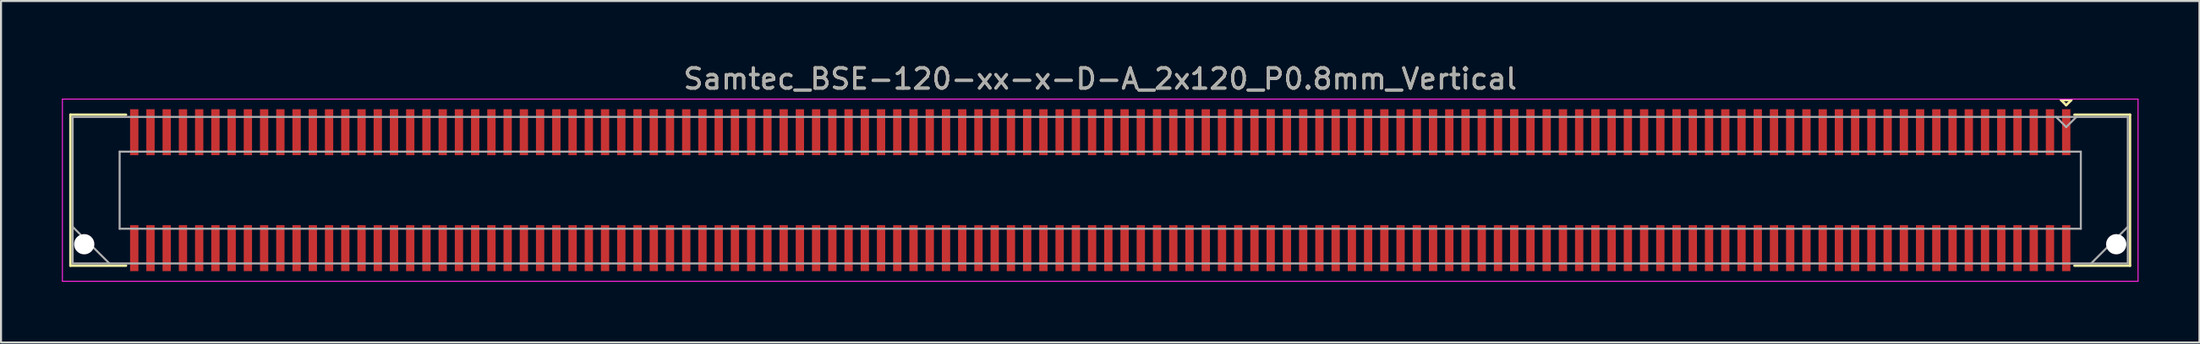
<source format=kicad_pcb>
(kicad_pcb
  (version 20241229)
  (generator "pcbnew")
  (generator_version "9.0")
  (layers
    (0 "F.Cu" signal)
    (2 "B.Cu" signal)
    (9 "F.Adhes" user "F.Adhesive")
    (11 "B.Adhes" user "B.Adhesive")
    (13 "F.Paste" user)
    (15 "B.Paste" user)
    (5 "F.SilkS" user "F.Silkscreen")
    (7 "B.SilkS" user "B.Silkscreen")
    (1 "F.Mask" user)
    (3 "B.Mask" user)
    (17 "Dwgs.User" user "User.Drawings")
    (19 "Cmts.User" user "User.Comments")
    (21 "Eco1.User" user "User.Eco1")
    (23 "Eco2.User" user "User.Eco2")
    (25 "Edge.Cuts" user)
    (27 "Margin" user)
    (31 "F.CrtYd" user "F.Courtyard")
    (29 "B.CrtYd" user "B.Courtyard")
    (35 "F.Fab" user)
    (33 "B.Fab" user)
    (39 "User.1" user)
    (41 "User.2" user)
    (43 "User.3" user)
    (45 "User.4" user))
  (footprint "Samtec_BSE-120-xx-x-D-A_2x120_P0.8mm_Vertical"
    (layer "F.Cu")
    (at 51.165 6.348)
    (property "Reference" "Samtec_BSE-120-xx-x-D-A_2x120_P0.8mm_Vertical" (at 0 -5.5 0) (layer "F.SilkS") (effects (font (size 1 1) (thickness 0.15))))
    (attr smd)
    (fp_line (start -50.745 -3.73) (end -48.005 -3.73) (stroke (width 0.12) (type solid)) (layer "F.SilkS"))
    (fp_line (start -50.745 3.73) (end -50.745 -3.73) (stroke (width 0.12) (type solid)) (layer "F.SilkS"))
    (fp_line (start -48.005 3.73) (end -50.745 3.73) (stroke (width 0.12) (type solid)) (layer "F.SilkS"))
    (fp_line (start 47.35 -4.45) (end 47.85 -4.45) (stroke (width 0.12) (type solid)) (layer "F.SilkS"))
    (fp_line (start 47.6 -4.2) (end 47.35 -4.45) (stroke (width 0.12) (type solid)) (layer "F.SilkS"))
    (fp_line (start 47.85 -4.45) (end 47.6 -4.2) (stroke (width 0.12) (type solid)) (layer "F.SilkS"))
    (fp_line (start 48.005 3.73) (end 50.745 3.73) (stroke (width 0.12) (type solid)) (layer "F.SilkS"))
    (fp_line (start 50.745 -3.73) (end 48.005 -3.73) (stroke (width 0.12) (type solid)) (layer "F.SilkS"))
    (fp_line (start 50.745 3.73) (end 50.745 -3.73) (stroke (width 0.12) (type solid)) (layer "F.SilkS"))
    (fp_line (start -51.14 -4.5) (end -51.14 4.5) (stroke (width 0.05) (type solid)) (layer "F.CrtYd"))
    (fp_line (start -51.14 4.5) (end 51.14 4.5) (stroke (width 0.05) (type solid)) (layer "F.CrtYd"))
    (fp_line (start 51.14 -4.5) (end -51.14 -4.5) (stroke (width 0.05) (type solid)) (layer "F.CrtYd"))
    (fp_line (start 51.14 4.5) (end 51.14 -4.5) (stroke (width 0.05) (type solid)) (layer "F.CrtYd"))
    (fp_line (start -50.635 -3.62) (end -50.635 3.62) (stroke (width 0.1) (type solid)) (layer "F.Fab"))
    (fp_line (start -50.635 1.81) (end -48.825 3.62) (stroke (width 0.1) (type solid)) (layer "F.Fab"))
    (fp_line (start -50.635 3.62) (end 50.635 3.62) (stroke (width 0.1) (type solid)) (layer "F.Fab"))
    (fp_line (start -48.32 -1.905) (end -48.32 1.905) (stroke (width 0.1) (type solid)) (layer "F.Fab"))
    (fp_line (start -48.32 1.905) (end 48.32 1.905) (stroke (width 0.1) (type solid)) (layer "F.Fab"))
    (fp_line (start 47.6 -3.12) (end 47.1 -3.62) (stroke (width 0.1) (type solid)) (layer "F.Fab"))
    (fp_line (start 48.1 -3.62) (end 47.6 -3.12) (stroke (width 0.1) (type solid)) (layer "F.Fab"))
    (fp_line (start 48.32 -1.905) (end -48.32 -1.905) (stroke (width 0.1) (type solid)) (layer "F.Fab"))
    (fp_line (start 48.32 1.905) (end 48.32 -1.905) (stroke (width 0.1) (type solid)) (layer "F.Fab"))
    (fp_line (start 50.635 -3.62) (end -50.635 -3.62) (stroke (width 0.1) (type solid)) (layer "F.Fab"))
    (fp_line (start 50.635 1.81) (end 48.825 3.62) (stroke (width 0.1) (type solid)) (layer "F.Fab"))
    (fp_line (start 50.635 3.62) (end 50.635 -3.62) (stroke (width 0.1) (type solid)) (layer "F.Fab"))
    (fp_text user "${REFERENCE}" (at 0 -5.5 0) (layer "F.Fab") (effects (font (size 1 1) (thickness 0.15))))
    (pad "" np_thru_hole circle (at -50.065 2.67) (size 1 1) (drill 1) (layers "*.Cu" "*.Mask"))
    (pad "" np_thru_hole circle (at 50.065 2.67) (size 1 1) (drill 1) (layers "*.Cu" "*.Mask"))
    (pad "1" smd rect (at 47.6 -2.865) (size 0.41 2.27) (layers "F.Cu" "F.Mask" "F.Paste"))
    (pad "2" smd rect (at 47.6 2.865) (size 0.41 2.27) (layers "F.Cu" "F.Mask" "F.Paste"))
    (pad "3" smd rect (at 46.8 -2.865) (size 0.41 2.27) (layers "F.Cu" "F.Mask" "F.Paste"))
    (pad "4" smd rect (at 46.8 2.865) (size 0.41 2.27) (layers "F.Cu" "F.Mask" "F.Paste"))
    (pad "5" smd rect (at 46 -2.865) (size 0.41 2.27) (layers "F.Cu" "F.Mask" "F.Paste"))
    (pad "6" smd rect (at 46 2.865) (size 0.41 2.27) (layers "F.Cu" "F.Mask" "F.Paste"))
    (pad "7" smd rect (at 45.2 -2.865) (size 0.41 2.27) (layers "F.Cu" "F.Mask" "F.Paste"))
    (pad "8" smd rect (at 45.2 2.865) (size 0.41 2.27) (layers "F.Cu" "F.Mask" "F.Paste"))
    (pad "9" smd rect (at 44.4 -2.865) (size 0.41 2.27) (layers "F.Cu" "F.Mask" "F.Paste"))
    (pad "10" smd rect (at 44.4 2.865) (size 0.41 2.27) (layers "F.Cu" "F.Mask" "F.Paste"))
    (pad "11" smd rect (at 43.6 -2.865) (size 0.41 2.27) (layers "F.Cu" "F.Mask" "F.Paste"))
    (pad "12" smd rect (at 43.6 2.865) (size 0.41 2.27) (layers "F.Cu" "F.Mask" "F.Paste"))
    (pad "13" smd rect (at 42.8 -2.865) (size 0.41 2.27) (layers "F.Cu" "F.Mask" "F.Paste"))
    (pad "14" smd rect (at 42.8 2.865) (size 0.41 2.27) (layers "F.Cu" "F.Mask" "F.Paste"))
    (pad "15" smd rect (at 42 -2.865) (size 0.41 2.27) (layers "F.Cu" "F.Mask" "F.Paste"))
    (pad "16" smd rect (at 42 2.865) (size 0.41 2.27) (layers "F.Cu" "F.Mask" "F.Paste"))
    (pad "17" smd rect (at 41.2 -2.865) (size 0.41 2.27) (layers "F.Cu" "F.Mask" "F.Paste"))
    (pad "18" smd rect (at 41.2 2.865) (size 0.41 2.27) (layers "F.Cu" "F.Mask" "F.Paste"))
    (pad "19" smd rect (at 40.4 -2.865) (size 0.41 2.27) (layers "F.Cu" "F.Mask" "F.Paste"))
    (pad "20" smd rect (at 40.4 2.865) (size 0.41 2.27) (layers "F.Cu" "F.Mask" "F.Paste"))
    (pad "21" smd rect (at 39.6 -2.865) (size 0.41 2.27) (layers "F.Cu" "F.Mask" "F.Paste"))
    (pad "22" smd rect (at 39.6 2.865) (size 0.41 2.27) (layers "F.Cu" "F.Mask" "F.Paste"))
    (pad "23" smd rect (at 38.8 -2.865) (size 0.41 2.27) (layers "F.Cu" "F.Mask" "F.Paste"))
    (pad "24" smd rect (at 38.8 2.865) (size 0.41 2.27) (layers "F.Cu" "F.Mask" "F.Paste"))
    (pad "25" smd rect (at 38 -2.865) (size 0.41 2.27) (layers "F.Cu" "F.Mask" "F.Paste"))
    (pad "26" smd rect (at 38 2.865) (size 0.41 2.27) (layers "F.Cu" "F.Mask" "F.Paste"))
    (pad "27" smd rect (at 37.2 -2.865) (size 0.41 2.27) (layers "F.Cu" "F.Mask" "F.Paste"))
    (pad "28" smd rect (at 37.2 2.865) (size 0.41 2.27) (layers "F.Cu" "F.Mask" "F.Paste"))
    (pad "29" smd rect (at 36.4 -2.865) (size 0.41 2.27) (layers "F.Cu" "F.Mask" "F.Paste"))
    (pad "30" smd rect (at 36.4 2.865) (size 0.41 2.27) (layers "F.Cu" "F.Mask" "F.Paste"))
    (pad "31" smd rect (at 35.6 -2.865) (size 0.41 2.27) (layers "F.Cu" "F.Mask" "F.Paste"))
    (pad "32" smd rect (at 35.6 2.865) (size 0.41 2.27) (layers "F.Cu" "F.Mask" "F.Paste"))
    (pad "33" smd rect (at 34.8 -2.865) (size 0.41 2.27) (layers "F.Cu" "F.Mask" "F.Paste"))
    (pad "34" smd rect (at 34.8 2.865) (size 0.41 2.27) (layers "F.Cu" "F.Mask" "F.Paste"))
    (pad "35" smd rect (at 34 -2.865) (size 0.41 2.27) (layers "F.Cu" "F.Mask" "F.Paste"))
    (pad "36" smd rect (at 34 2.865) (size 0.41 2.27) (layers "F.Cu" "F.Mask" "F.Paste"))
    (pad "37" smd rect (at 33.2 -2.865) (size 0.41 2.27) (layers "F.Cu" "F.Mask" "F.Paste"))
    (pad "38" smd rect (at 33.2 2.865) (size 0.41 2.27) (layers "F.Cu" "F.Mask" "F.Paste"))
    (pad "39" smd rect (at 32.4 -2.865) (size 0.41 2.27) (layers "F.Cu" "F.Mask" "F.Paste"))
    (pad "40" smd rect (at 32.4 2.865) (size 0.41 2.27) (layers "F.Cu" "F.Mask" "F.Paste"))
    (pad "41" smd rect (at 31.6 -2.865) (size 0.41 2.27) (layers "F.Cu" "F.Mask" "F.Paste"))
    (pad "42" smd rect (at 31.6 2.865) (size 0.41 2.27) (layers "F.Cu" "F.Mask" "F.Paste"))
    (pad "43" smd rect (at 30.8 -2.865) (size 0.41 2.27) (layers "F.Cu" "F.Mask" "F.Paste"))
    (pad "44" smd rect (at 30.8 2.865) (size 0.41 2.27) (layers "F.Cu" "F.Mask" "F.Paste"))
    (pad "45" smd rect (at 30 -2.865) (size 0.41 2.27) (layers "F.Cu" "F.Mask" "F.Paste"))
    (pad "46" smd rect (at 30 2.865) (size 0.41 2.27) (layers "F.Cu" "F.Mask" "F.Paste"))
    (pad "47" smd rect (at 29.2 -2.865) (size 0.41 2.27) (layers "F.Cu" "F.Mask" "F.Paste"))
    (pad "48" smd rect (at 29.2 2.865) (size 0.41 2.27) (layers "F.Cu" "F.Mask" "F.Paste"))
    (pad "49" smd rect (at 28.4 -2.865) (size 0.41 2.27) (layers "F.Cu" "F.Mask" "F.Paste"))
    (pad "50" smd rect (at 28.4 2.865) (size 0.41 2.27) (layers "F.Cu" "F.Mask" "F.Paste"))
    (pad "51" smd rect (at 27.6 -2.865) (size 0.41 2.27) (layers "F.Cu" "F.Mask" "F.Paste"))
    (pad "52" smd rect (at 27.6 2.865) (size 0.41 2.27) (layers "F.Cu" "F.Mask" "F.Paste"))
    (pad "53" smd rect (at 26.8 -2.865) (size 0.41 2.27) (layers "F.Cu" "F.Mask" "F.Paste"))
    (pad "54" smd rect (at 26.8 2.865) (size 0.41 2.27) (layers "F.Cu" "F.Mask" "F.Paste"))
    (pad "55" smd rect (at 26 -2.865) (size 0.41 2.27) (layers "F.Cu" "F.Mask" "F.Paste"))
    (pad "56" smd rect (at 26 2.865) (size 0.41 2.27) (layers "F.Cu" "F.Mask" "F.Paste"))
    (pad "57" smd rect (at 25.2 -2.865) (size 0.41 2.27) (layers "F.Cu" "F.Mask" "F.Paste"))
    (pad "58" smd rect (at 25.2 2.865) (size 0.41 2.27) (layers "F.Cu" "F.Mask" "F.Paste"))
    (pad "59" smd rect (at 24.4 -2.865) (size 0.41 2.27) (layers "F.Cu" "F.Mask" "F.Paste"))
    (pad "60" smd rect (at 24.4 2.865) (size 0.41 2.27) (layers "F.Cu" "F.Mask" "F.Paste"))
    (pad "61" smd rect (at 23.6 -2.865) (size 0.41 2.27) (layers "F.Cu" "F.Mask" "F.Paste"))
    (pad "62" smd rect (at 23.6 2.865) (size 0.41 2.27) (layers "F.Cu" "F.Mask" "F.Paste"))
    (pad "63" smd rect (at 22.8 -2.865) (size 0.41 2.27) (layers "F.Cu" "F.Mask" "F.Paste"))
    (pad "64" smd rect (at 22.8 2.865) (size 0.41 2.27) (layers "F.Cu" "F.Mask" "F.Paste"))
    (pad "65" smd rect (at 22 -2.865) (size 0.41 2.27) (layers "F.Cu" "F.Mask" "F.Paste"))
    (pad "66" smd rect (at 22 2.865) (size 0.41 2.27) (layers "F.Cu" "F.Mask" "F.Paste"))
    (pad "67" smd rect (at 21.2 -2.865) (size 0.41 2.27) (layers "F.Cu" "F.Mask" "F.Paste"))
    (pad "68" smd rect (at 21.2 2.865) (size 0.41 2.27) (layers "F.Cu" "F.Mask" "F.Paste"))
    (pad "69" smd rect (at 20.4 -2.865) (size 0.41 2.27) (layers "F.Cu" "F.Mask" "F.Paste"))
    (pad "70" smd rect (at 20.4 2.865) (size 0.41 2.27) (layers "F.Cu" "F.Mask" "F.Paste"))
    (pad "71" smd rect (at 19.6 -2.865) (size 0.41 2.27) (layers "F.Cu" "F.Mask" "F.Paste"))
    (pad "72" smd rect (at 19.6 2.865) (size 0.41 2.27) (layers "F.Cu" "F.Mask" "F.Paste"))
    (pad "73" smd rect (at 18.8 -2.865) (size 0.41 2.27) (layers "F.Cu" "F.Mask" "F.Paste"))
    (pad "74" smd rect (at 18.8 2.865) (size 0.41 2.27) (layers "F.Cu" "F.Mask" "F.Paste"))
    (pad "75" smd rect (at 18 -2.865) (size 0.41 2.27) (layers "F.Cu" "F.Mask" "F.Paste"))
    (pad "76" smd rect (at 18 2.865) (size 0.41 2.27) (layers "F.Cu" "F.Mask" "F.Paste"))
    (pad "77" smd rect (at 17.2 -2.865) (size 0.41 2.27) (layers "F.Cu" "F.Mask" "F.Paste"))
    (pad "78" smd rect (at 17.2 2.865) (size 0.41 2.27) (layers "F.Cu" "F.Mask" "F.Paste"))
    (pad "79" smd rect (at 16.4 -2.865) (size 0.41 2.27) (layers "F.Cu" "F.Mask" "F.Paste"))
    (pad "80" smd rect (at 16.4 2.865) (size 0.41 2.27) (layers "F.Cu" "F.Mask" "F.Paste"))
    (pad "81" smd rect (at 15.6 -2.865) (size 0.41 2.27) (layers "F.Cu" "F.Mask" "F.Paste"))
    (pad "82" smd rect (at 15.6 2.865) (size 0.41 2.27) (layers "F.Cu" "F.Mask" "F.Paste"))
    (pad "83" smd rect (at 14.8 -2.865) (size 0.41 2.27) (layers "F.Cu" "F.Mask" "F.Paste"))
    (pad "84" smd rect (at 14.8 2.865) (size 0.41 2.27) (layers "F.Cu" "F.Mask" "F.Paste"))
    (pad "85" smd rect (at 14 -2.865) (size 0.41 2.27) (layers "F.Cu" "F.Mask" "F.Paste"))
    (pad "86" smd rect (at 14 2.865) (size 0.41 2.27) (layers "F.Cu" "F.Mask" "F.Paste"))
    (pad "87" smd rect (at 13.2 -2.865) (size 0.41 2.27) (layers "F.Cu" "F.Mask" "F.Paste"))
    (pad "88" smd rect (at 13.2 2.865) (size 0.41 2.27) (layers "F.Cu" "F.Mask" "F.Paste"))
    (pad "89" smd rect (at 12.4 -2.865) (size 0.41 2.27) (layers "F.Cu" "F.Mask" "F.Paste"))
    (pad "90" smd rect (at 12.4 2.865) (size 0.41 2.27) (layers "F.Cu" "F.Mask" "F.Paste"))
    (pad "91" smd rect (at 11.6 -2.865) (size 0.41 2.27) (layers "F.Cu" "F.Mask" "F.Paste"))
    (pad "92" smd rect (at 11.6 2.865) (size 0.41 2.27) (layers "F.Cu" "F.Mask" "F.Paste"))
    (pad "93" smd rect (at 10.8 -2.865) (size 0.41 2.27) (layers "F.Cu" "F.Mask" "F.Paste"))
    (pad "94" smd rect (at 10.8 2.865) (size 0.41 2.27) (layers "F.Cu" "F.Mask" "F.Paste"))
    (pad "95" smd rect (at 10 -2.865) (size 0.41 2.27) (layers "F.Cu" "F.Mask" "F.Paste"))
    (pad "96" smd rect (at 10 2.865) (size 0.41 2.27) (layers "F.Cu" "F.Mask" "F.Paste"))
    (pad "97" smd rect (at 9.2 -2.865) (size 0.41 2.27) (layers "F.Cu" "F.Mask" "F.Paste"))
    (pad "98" smd rect (at 9.2 2.865) (size 0.41 2.27) (layers "F.Cu" "F.Mask" "F.Paste"))
    (pad "99" smd rect (at 8.4 -2.865) (size 0.41 2.27) (layers "F.Cu" "F.Mask" "F.Paste"))
    (pad "100" smd rect (at 8.4 2.865) (size 0.41 2.27) (layers "F.Cu" "F.Mask" "F.Paste"))
    (pad "101" smd rect (at 7.6 -2.865) (size 0.41 2.27) (layers "F.Cu" "F.Mask" "F.Paste"))
    (pad "102" smd rect (at 7.6 2.865) (size 0.41 2.27) (layers "F.Cu" "F.Mask" "F.Paste"))
    (pad "103" smd rect (at 6.8 -2.865) (size 0.41 2.27) (layers "F.Cu" "F.Mask" "F.Paste"))
    (pad "104" smd rect (at 6.8 2.865) (size 0.41 2.27) (layers "F.Cu" "F.Mask" "F.Paste"))
    (pad "105" smd rect (at 6 -2.865) (size 0.41 2.27) (layers "F.Cu" "F.Mask" "F.Paste"))
    (pad "106" smd rect (at 6 2.865) (size 0.41 2.27) (layers "F.Cu" "F.Mask" "F.Paste"))
    (pad "107" smd rect (at 5.2 -2.865) (size 0.41 2.27) (layers "F.Cu" "F.Mask" "F.Paste"))
    (pad "108" smd rect (at 5.2 2.865) (size 0.41 2.27) (layers "F.Cu" "F.Mask" "F.Paste"))
    (pad "109" smd rect (at 4.4 -2.865) (size 0.41 2.27) (layers "F.Cu" "F.Mask" "F.Paste"))
    (pad "110" smd rect (at 4.4 2.865) (size 0.41 2.27) (layers "F.Cu" "F.Mask" "F.Paste"))
    (pad "111" smd rect (at 3.6 -2.865) (size 0.41 2.27) (layers "F.Cu" "F.Mask" "F.Paste"))
    (pad "112" smd rect (at 3.6 2.865) (size 0.41 2.27) (layers "F.Cu" "F.Mask" "F.Paste"))
    (pad "113" smd rect (at 2.8 -2.865) (size 0.41 2.27) (layers "F.Cu" "F.Mask" "F.Paste"))
    (pad "114" smd rect (at 2.8 2.865) (size 0.41 2.27) (layers "F.Cu" "F.Mask" "F.Paste"))
    (pad "115" smd rect (at 2 -2.865) (size 0.41 2.27) (layers "F.Cu" "F.Mask" "F.Paste"))
    (pad "116" smd rect (at 2 2.865) (size 0.41 2.27) (layers "F.Cu" "F.Mask" "F.Paste"))
    (pad "117" smd rect (at 1.2 -2.865) (size 0.41 2.27) (layers "F.Cu" "F.Mask" "F.Paste"))
    (pad "118" smd rect (at 1.2 2.865) (size 0.41 2.27) (layers "F.Cu" "F.Mask" "F.Paste"))
    (pad "119" smd rect (at 0.4 -2.865) (size 0.41 2.27) (layers "F.Cu" "F.Mask" "F.Paste"))
    (pad "120" smd rect (at 0.4 2.865) (size 0.41 2.27) (layers "F.Cu" "F.Mask" "F.Paste"))
    (pad "121" smd rect (at -0.4 -2.865) (size 0.41 2.27) (layers "F.Cu" "F.Mask" "F.Paste"))
    (pad "122" smd rect (at -0.4 2.865) (size 0.41 2.27) (layers "F.Cu" "F.Mask" "F.Paste"))
    (pad "123" smd rect (at -1.2 -2.865) (size 0.41 2.27) (layers "F.Cu" "F.Mask" "F.Paste"))
    (pad "124" smd rect (at -1.2 2.865) (size 0.41 2.27) (layers "F.Cu" "F.Mask" "F.Paste"))
    (pad "125" smd rect (at -2 -2.865) (size 0.41 2.27) (layers "F.Cu" "F.Mask" "F.Paste"))
    (pad "126" smd rect (at -2 2.865) (size 0.41 2.27) (layers "F.Cu" "F.Mask" "F.Paste"))
    (pad "127" smd rect (at -2.8 -2.865) (size 0.41 2.27) (layers "F.Cu" "F.Mask" "F.Paste"))
    (pad "128" smd rect (at -2.8 2.865) (size 0.41 2.27) (layers "F.Cu" "F.Mask" "F.Paste"))
    (pad "129" smd rect (at -3.6 -2.865) (size 0.41 2.27) (layers "F.Cu" "F.Mask" "F.Paste"))
    (pad "130" smd rect (at -3.6 2.865) (size 0.41 2.27) (layers "F.Cu" "F.Mask" "F.Paste"))
    (pad "131" smd rect (at -4.4 -2.865) (size 0.41 2.27) (layers "F.Cu" "F.Mask" "F.Paste"))
    (pad "132" smd rect (at -4.4 2.865) (size 0.41 2.27) (layers "F.Cu" "F.Mask" "F.Paste"))
    (pad "133" smd rect (at -5.2 -2.865) (size 0.41 2.27) (layers "F.Cu" "F.Mask" "F.Paste"))
    (pad "134" smd rect (at -5.2 2.865) (size 0.41 2.27) (layers "F.Cu" "F.Mask" "F.Paste"))
    (pad "135" smd rect (at -6 -2.865) (size 0.41 2.27) (layers "F.Cu" "F.Mask" "F.Paste"))
    (pad "136" smd rect (at -6 2.865) (size 0.41 2.27) (layers "F.Cu" "F.Mask" "F.Paste"))
    (pad "137" smd rect (at -6.8 -2.865) (size 0.41 2.27) (layers "F.Cu" "F.Mask" "F.Paste"))
    (pad "138" smd rect (at -6.8 2.865) (size 0.41 2.27) (layers "F.Cu" "F.Mask" "F.Paste"))
    (pad "139" smd rect (at -7.6 -2.865) (size 0.41 2.27) (layers "F.Cu" "F.Mask" "F.Paste"))
    (pad "140" smd rect (at -7.6 2.865) (size 0.41 2.27) (layers "F.Cu" "F.Mask" "F.Paste"))
    (pad "141" smd rect (at -8.4 -2.865) (size 0.41 2.27) (layers "F.Cu" "F.Mask" "F.Paste"))
    (pad "142" smd rect (at -8.4 2.865) (size 0.41 2.27) (layers "F.Cu" "F.Mask" "F.Paste"))
    (pad "143" smd rect (at -9.2 -2.865) (size 0.41 2.27) (layers "F.Cu" "F.Mask" "F.Paste"))
    (pad "144" smd rect (at -9.2 2.865) (size 0.41 2.27) (layers "F.Cu" "F.Mask" "F.Paste"))
    (pad "145" smd rect (at -10 -2.865) (size 0.41 2.27) (layers "F.Cu" "F.Mask" "F.Paste"))
    (pad "146" smd rect (at -10 2.865) (size 0.41 2.27) (layers "F.Cu" "F.Mask" "F.Paste"))
    (pad "147" smd rect (at -10.8 -2.865) (size 0.41 2.27) (layers "F.Cu" "F.Mask" "F.Paste"))
    (pad "148" smd rect (at -10.8 2.865) (size 0.41 2.27) (layers "F.Cu" "F.Mask" "F.Paste"))
    (pad "149" smd rect (at -11.6 -2.865) (size 0.41 2.27) (layers "F.Cu" "F.Mask" "F.Paste"))
    (pad "150" smd rect (at -11.6 2.865) (size 0.41 2.27) (layers "F.Cu" "F.Mask" "F.Paste"))
    (pad "151" smd rect (at -12.4 -2.865) (size 0.41 2.27) (layers "F.Cu" "F.Mask" "F.Paste"))
    (pad "152" smd rect (at -12.4 2.865) (size 0.41 2.27) (layers "F.Cu" "F.Mask" "F.Paste"))
    (pad "153" smd rect (at -13.2 -2.865) (size 0.41 2.27) (layers "F.Cu" "F.Mask" "F.Paste"))
    (pad "154" smd rect (at -13.2 2.865) (size 0.41 2.27) (layers "F.Cu" "F.Mask" "F.Paste"))
    (pad "155" smd rect (at -14 -2.865) (size 0.41 2.27) (layers "F.Cu" "F.Mask" "F.Paste"))
    (pad "156" smd rect (at -14 2.865) (size 0.41 2.27) (layers "F.Cu" "F.Mask" "F.Paste"))
    (pad "157" smd rect (at -14.8 -2.865) (size 0.41 2.27) (layers "F.Cu" "F.Mask" "F.Paste"))
    (pad "158" smd rect (at -14.8 2.865) (size 0.41 2.27) (layers "F.Cu" "F.Mask" "F.Paste"))
    (pad "159" smd rect (at -15.6 -2.865) (size 0.41 2.27) (layers "F.Cu" "F.Mask" "F.Paste"))
    (pad "160" smd rect (at -15.6 2.865) (size 0.41 2.27) (layers "F.Cu" "F.Mask" "F.Paste"))
    (pad "161" smd rect (at -16.4 -2.865) (size 0.41 2.27) (layers "F.Cu" "F.Mask" "F.Paste"))
    (pad "162" smd rect (at -16.4 2.865) (size 0.41 2.27) (layers "F.Cu" "F.Mask" "F.Paste"))
    (pad "163" smd rect (at -17.2 -2.865) (size 0.41 2.27) (layers "F.Cu" "F.Mask" "F.Paste"))
    (pad "164" smd rect (at -17.2 2.865) (size 0.41 2.27) (layers "F.Cu" "F.Mask" "F.Paste"))
    (pad "165" smd rect (at -18 -2.865) (size 0.41 2.27) (layers "F.Cu" "F.Mask" "F.Paste"))
    (pad "166" smd rect (at -18 2.865) (size 0.41 2.27) (layers "F.Cu" "F.Mask" "F.Paste"))
    (pad "167" smd rect (at -18.8 -2.865) (size 0.41 2.27) (layers "F.Cu" "F.Mask" "F.Paste"))
    (pad "168" smd rect (at -18.8 2.865) (size 0.41 2.27) (layers "F.Cu" "F.Mask" "F.Paste"))
    (pad "169" smd rect (at -19.6 -2.865) (size 0.41 2.27) (layers "F.Cu" "F.Mask" "F.Paste"))
    (pad "170" smd rect (at -19.6 2.865) (size 0.41 2.27) (layers "F.Cu" "F.Mask" "F.Paste"))
    (pad "171" smd rect (at -20.4 -2.865) (size 0.41 2.27) (layers "F.Cu" "F.Mask" "F.Paste"))
    (pad "172" smd rect (at -20.4 2.865) (size 0.41 2.27) (layers "F.Cu" "F.Mask" "F.Paste"))
    (pad "173" smd rect (at -21.2 -2.865) (size 0.41 2.27) (layers "F.Cu" "F.Mask" "F.Paste"))
    (pad "174" smd rect (at -21.2 2.865) (size 0.41 2.27) (layers "F.Cu" "F.Mask" "F.Paste"))
    (pad "175" smd rect (at -22 -2.865) (size 0.41 2.27) (layers "F.Cu" "F.Mask" "F.Paste"))
    (pad "176" smd rect (at -22 2.865) (size 0.41 2.27) (layers "F.Cu" "F.Mask" "F.Paste"))
    (pad "177" smd rect (at -22.8 -2.865) (size 0.41 2.27) (layers "F.Cu" "F.Mask" "F.Paste"))
    (pad "178" smd rect (at -22.8 2.865) (size 0.41 2.27) (layers "F.Cu" "F.Mask" "F.Paste"))
    (pad "179" smd rect (at -23.6 -2.865) (size 0.41 2.27) (layers "F.Cu" "F.Mask" "F.Paste"))
    (pad "180" smd rect (at -23.6 2.865) (size 0.41 2.27) (layers "F.Cu" "F.Mask" "F.Paste"))
    (pad "181" smd rect (at -24.4 -2.865) (size 0.41 2.27) (layers "F.Cu" "F.Mask" "F.Paste"))
    (pad "182" smd rect (at -24.4 2.865) (size 0.41 2.27) (layers "F.Cu" "F.Mask" "F.Paste"))
    (pad "183" smd rect (at -25.2 -2.865) (size 0.41 2.27) (layers "F.Cu" "F.Mask" "F.Paste"))
    (pad "184" smd rect (at -25.2 2.865) (size 0.41 2.27) (layers "F.Cu" "F.Mask" "F.Paste"))
    (pad "185" smd rect (at -26 -2.865) (size 0.41 2.27) (layers "F.Cu" "F.Mask" "F.Paste"))
    (pad "186" smd rect (at -26 2.865) (size 0.41 2.27) (layers "F.Cu" "F.Mask" "F.Paste"))
    (pad "187" smd rect (at -26.8 -2.865) (size 0.41 2.27) (layers "F.Cu" "F.Mask" "F.Paste"))
    (pad "188" smd rect (at -26.8 2.865) (size 0.41 2.27) (layers "F.Cu" "F.Mask" "F.Paste"))
    (pad "189" smd rect (at -27.6 -2.865) (size 0.41 2.27) (layers "F.Cu" "F.Mask" "F.Paste"))
    (pad "190" smd rect (at -27.6 2.865) (size 0.41 2.27) (layers "F.Cu" "F.Mask" "F.Paste"))
    (pad "191" smd rect (at -28.4 -2.865) (size 0.41 2.27) (layers "F.Cu" "F.Mask" "F.Paste"))
    (pad "192" smd rect (at -28.4 2.865) (size 0.41 2.27) (layers "F.Cu" "F.Mask" "F.Paste"))
    (pad "193" smd rect (at -29.2 -2.865) (size 0.41 2.27) (layers "F.Cu" "F.Mask" "F.Paste"))
    (pad "194" smd rect (at -29.2 2.865) (size 0.41 2.27) (layers "F.Cu" "F.Mask" "F.Paste"))
    (pad "195" smd rect (at -30 -2.865) (size 0.41 2.27) (layers "F.Cu" "F.Mask" "F.Paste"))
    (pad "196" smd rect (at -30 2.865) (size 0.41 2.27) (layers "F.Cu" "F.Mask" "F.Paste"))
    (pad "197" smd rect (at -30.8 -2.865) (size 0.41 2.27) (layers "F.Cu" "F.Mask" "F.Paste"))
    (pad "198" smd rect (at -30.8 2.865) (size 0.41 2.27) (layers "F.Cu" "F.Mask" "F.Paste"))
    (pad "199" smd rect (at -31.6 -2.865) (size 0.41 2.27) (layers "F.Cu" "F.Mask" "F.Paste"))
    (pad "200" smd rect (at -31.6 2.865) (size 0.41 2.27) (layers "F.Cu" "F.Mask" "F.Paste"))
    (pad "201" smd rect (at -32.4 -2.865) (size 0.41 2.27) (layers "F.Cu" "F.Mask" "F.Paste"))
    (pad "202" smd rect (at -32.4 2.865) (size 0.41 2.27) (layers "F.Cu" "F.Mask" "F.Paste"))
    (pad "203" smd rect (at -33.2 -2.865) (size 0.41 2.27) (layers "F.Cu" "F.Mask" "F.Paste"))
    (pad "204" smd rect (at -33.2 2.865) (size 0.41 2.27) (layers "F.Cu" "F.Mask" "F.Paste"))
    (pad "205" smd rect (at -34 -2.865) (size 0.41 2.27) (layers "F.Cu" "F.Mask" "F.Paste"))
    (pad "206" smd rect (at -34 2.865) (size 0.41 2.27) (layers "F.Cu" "F.Mask" "F.Paste"))
    (pad "207" smd rect (at -34.8 -2.865) (size 0.41 2.27) (layers "F.Cu" "F.Mask" "F.Paste"))
    (pad "208" smd rect (at -34.8 2.865) (size 0.41 2.27) (layers "F.Cu" "F.Mask" "F.Paste"))
    (pad "209" smd rect (at -35.6 -2.865) (size 0.41 2.27) (layers "F.Cu" "F.Mask" "F.Paste"))
    (pad "210" smd rect (at -35.6 2.865) (size 0.41 2.27) (layers "F.Cu" "F.Mask" "F.Paste"))
    (pad "211" smd rect (at -36.4 -2.865) (size 0.41 2.27) (layers "F.Cu" "F.Mask" "F.Paste"))
    (pad "212" smd rect (at -36.4 2.865) (size 0.41 2.27) (layers "F.Cu" "F.Mask" "F.Paste"))
    (pad "213" smd rect (at -37.2 -2.865) (size 0.41 2.27) (layers "F.Cu" "F.Mask" "F.Paste"))
    (pad "214" smd rect (at -37.2 2.865) (size 0.41 2.27) (layers "F.Cu" "F.Mask" "F.Paste"))
    (pad "215" smd rect (at -38 -2.865) (size 0.41 2.27) (layers "F.Cu" "F.Mask" "F.Paste"))
    (pad "216" smd rect (at -38 2.865) (size 0.41 2.27) (layers "F.Cu" "F.Mask" "F.Paste"))
    (pad "217" smd rect (at -38.8 -2.865) (size 0.41 2.27) (layers "F.Cu" "F.Mask" "F.Paste"))
    (pad "218" smd rect (at -38.8 2.865) (size 0.41 2.27) (layers "F.Cu" "F.Mask" "F.Paste"))
    (pad "219" smd rect (at -39.6 -2.865) (size 0.41 2.27) (layers "F.Cu" "F.Mask" "F.Paste"))
    (pad "220" smd rect (at -39.6 2.865) (size 0.41 2.27) (layers "F.Cu" "F.Mask" "F.Paste"))
    (pad "221" smd rect (at -40.4 -2.865) (size 0.41 2.27) (layers "F.Cu" "F.Mask" "F.Paste"))
    (pad "222" smd rect (at -40.4 2.865) (size 0.41 2.27) (layers "F.Cu" "F.Mask" "F.Paste"))
    (pad "223" smd rect (at -41.2 -2.865) (size 0.41 2.27) (layers "F.Cu" "F.Mask" "F.Paste"))
    (pad "224" smd rect (at -41.2 2.865) (size 0.41 2.27) (layers "F.Cu" "F.Mask" "F.Paste"))
    (pad "225" smd rect (at -42 -2.865) (size 0.41 2.27) (layers "F.Cu" "F.Mask" "F.Paste"))
    (pad "226" smd rect (at -42 2.865) (size 0.41 2.27) (layers "F.Cu" "F.Mask" "F.Paste"))
    (pad "227" smd rect (at -42.8 -2.865) (size 0.41 2.27) (layers "F.Cu" "F.Mask" "F.Paste"))
    (pad "228" smd rect (at -42.8 2.865) (size 0.41 2.27) (layers "F.Cu" "F.Mask" "F.Paste"))
    (pad "229" smd rect (at -43.6 -2.865) (size 0.41 2.27) (layers "F.Cu" "F.Mask" "F.Paste"))
    (pad "230" smd rect (at -43.6 2.865) (size 0.41 2.27) (layers "F.Cu" "F.Mask" "F.Paste"))
    (pad "231" smd rect (at -44.4 -2.865) (size 0.41 2.27) (layers "F.Cu" "F.Mask" "F.Paste"))
    (pad "232" smd rect (at -44.4 2.865) (size 0.41 2.27) (layers "F.Cu" "F.Mask" "F.Paste"))
    (pad "233" smd rect (at -45.2 -2.865) (size 0.41 2.27) (layers "F.Cu" "F.Mask" "F.Paste"))
    (pad "234" smd rect (at -45.2 2.865) (size 0.41 2.27) (layers "F.Cu" "F.Mask" "F.Paste"))
    (pad "235" smd rect (at -46 -2.865) (size 0.41 2.27) (layers "F.Cu" "F.Mask" "F.Paste"))
    (pad "236" smd rect (at -46 2.865) (size 0.41 2.27) (layers "F.Cu" "F.Mask" "F.Paste"))
    (pad "237" smd rect (at -46.8 -2.865) (size 0.41 2.27) (layers "F.Cu" "F.Mask" "F.Paste"))
    (pad "238" smd rect (at -46.8 2.865) (size 0.41 2.27) (layers "F.Cu" "F.Mask" "F.Paste"))
    (pad "239" smd rect (at -47.6 -2.865) (size 0.41 2.27) (layers "F.Cu" "F.Mask" "F.Paste"))
    (pad "240" smd rect (at -47.6 2.865) (size 0.41 2.27) (layers "F.Cu" "F.Mask" "F.Paste")))
  (gr_rect
    (start -3 -3)
    (end 105.33 13.873)
    (stroke (width 0.1) (type default))
    (fill no)
    (layer "Edge.Cuts")))
</source>
